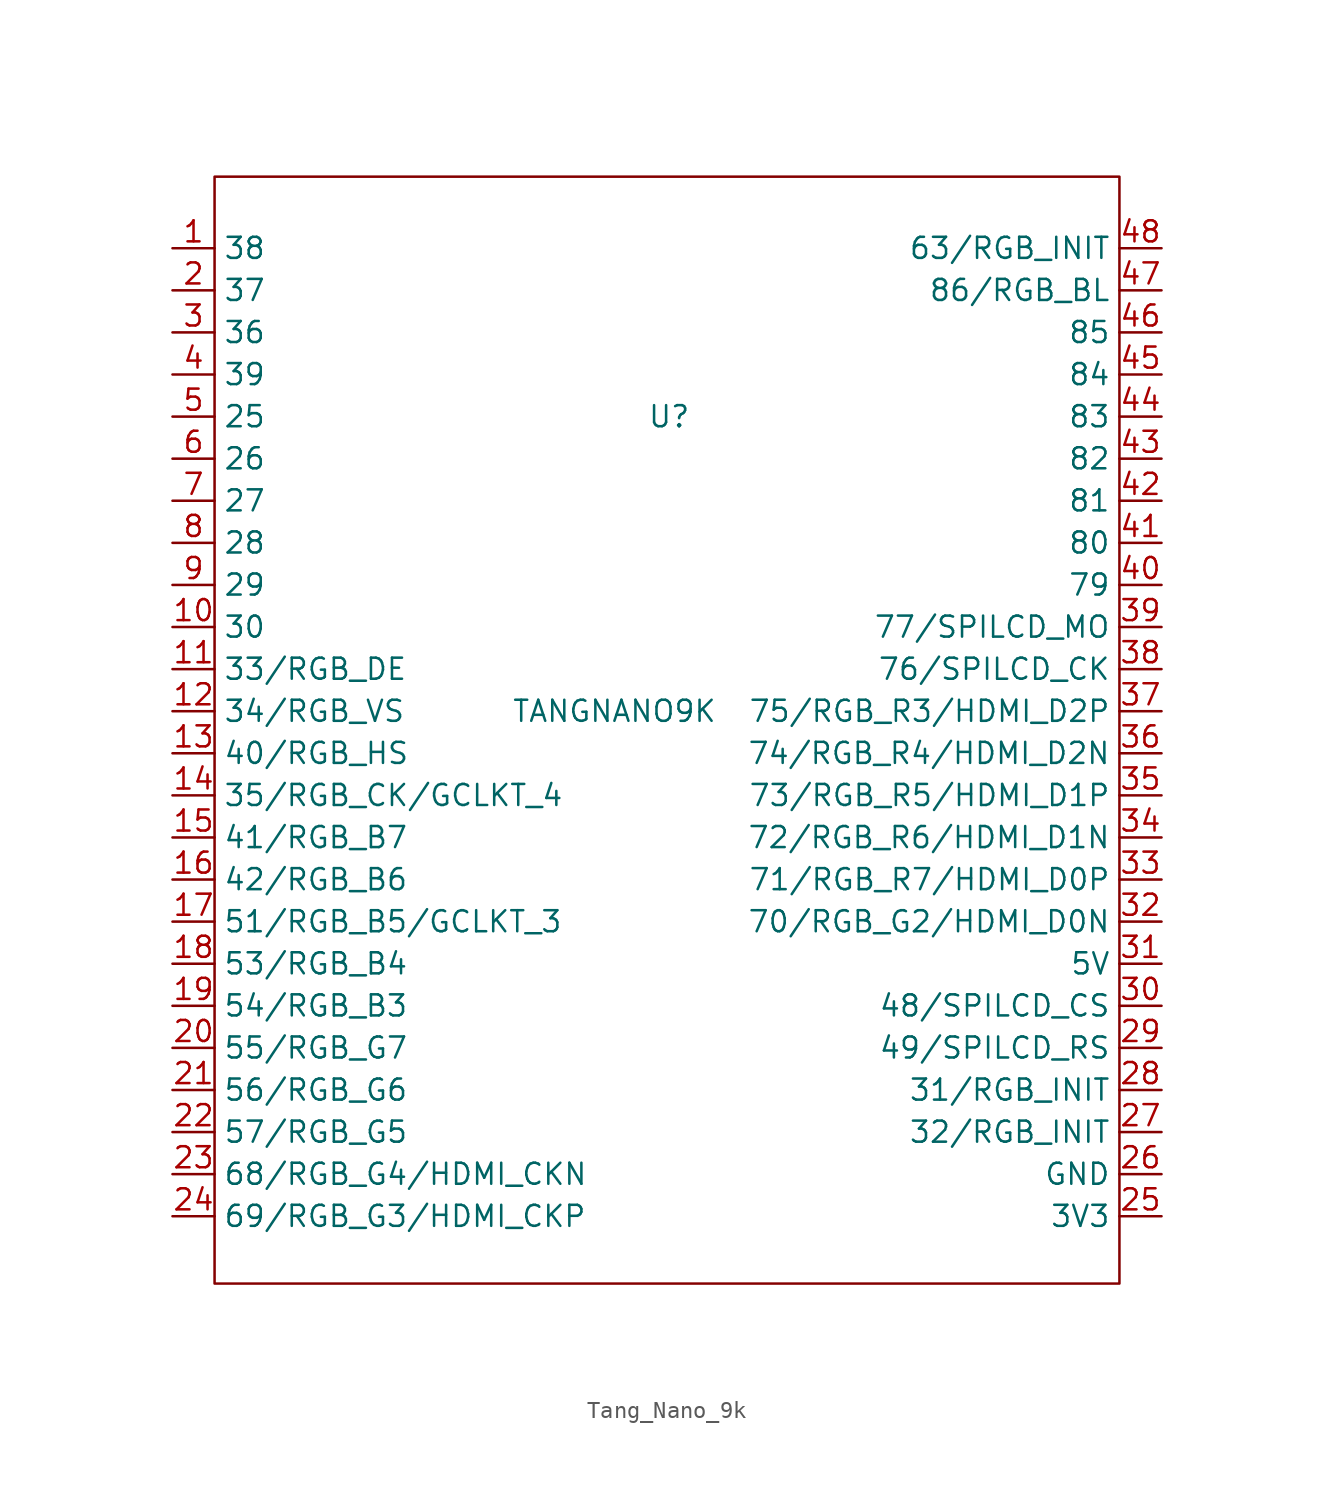
<source format=kicad_sym>
(kicad_symbol_lib
  (version 20231120)
  (generator "kicad_symbol_editor")
  (generator_version "8.0")
  (symbol "Tang_Nano_9k"
    (property "Reference" "U"
      (at -0.508 17.78 0)
      (effects (font (size 1.27 1.27))))
    (property "Value" "TANGNANO9K"
      (at -3.81 0 0)
      (effects (font (size 1.27 1.27))))
    (symbol "Tang_Nano_9k_0_1"
      (rectangle (start -27.94 32.258) (end 26.67 -34.544) (stroke (width 0) (type default)) (fill (type none))))
    (symbol "Tang_Nano_9k_1_1"
      (pin bidirectional line (at -30.48 27.94 0) (length 2.54) (name "38" (effects (font (size 1.27 1.27)))) (number "1" (effects (font (size 1.27 1.27)))))
      (pin bidirectional line (at -30.48 5.08 0) (length 2.54) (name "30" (effects (font (size 1.27 1.27)))) (number "10" (effects (font (size 1.27 1.27)))))
      (pin bidirectional line (at -30.48 2.54 0) (length 2.54) (name "33/RGB_DE" (effects (font (size 1.27 1.27)))) (number "11" (effects (font (size 1.27 1.27)))))
      (pin bidirectional line (at -30.48 0 0) (length 2.54) (name "34/RGB_VS" (effects (font (size 1.27 1.27)))) (number "12" (effects (font (size 1.27 1.27)))))
      (pin bidirectional line (at -30.48 -2.54 0) (length 2.54) (name "40/RGB_HS" (effects (font (size 1.27 1.27)))) (number "13" (effects (font (size 1.27 1.27)))))
      (pin bidirectional line (at -30.48 -5.08 0) (length 2.54) (name "35/RGB_CK/GCLKT_4" (effects (font (size 1.27 1.27)))) (number "14" (effects (font (size 1.27 1.27)))))
      (pin bidirectional line (at -30.48 -7.62 0) (length 2.54) (name "41/RGB_B7" (effects (font (size 1.27 1.27)))) (number "15" (effects (font (size 1.27 1.27)))))
      (pin bidirectional line (at -30.48 -10.16 0) (length 2.54) (name "42/RGB_B6" (effects (font (size 1.27 1.27)))) (number "16" (effects (font (size 1.27 1.27)))))
      (pin bidirectional line (at -30.48 -12.7 0) (length 2.54) (name "51/RGB_B5/GCLKT_3" (effects (font (size 1.27 1.27)))) (number "17" (effects (font (size 1.27 1.27)))))
      (pin bidirectional line (at -30.48 -15.24 0) (length 2.54) (name "53/RGB_B4" (effects (font (size 1.27 1.27)))) (number "18" (effects (font (size 1.27 1.27)))))
      (pin bidirectional line (at -30.48 -17.78 0) (length 2.54) (name "54/RGB_B3" (effects (font (size 1.27 1.27)))) (number "19" (effects (font (size 1.27 1.27)))))
      (pin bidirectional line (at -30.48 25.4 0) (length 2.54) (name "37" (effects (font (size 1.27 1.27)))) (number "2" (effects (font (size 1.27 1.27)))))
      (pin bidirectional line (at -30.48 -20.32 0) (length 2.54) (name "55/RGB_G7" (effects (font (size 1.27 1.27)))) (number "20" (effects (font (size 1.27 1.27)))))
      (pin bidirectional line (at -30.48 -22.86 0) (length 2.54) (name "56/RGB_G6" (effects (font (size 1.27 1.27)))) (number "21" (effects (font (size 1.27 1.27)))))
      (pin bidirectional line (at -30.48 -25.4 0) (length 2.54) (name "57/RGB_G5" (effects (font (size 1.27 1.27)))) (number "22" (effects (font (size 1.27 1.27)))))
      (pin bidirectional line (at -30.48 -27.94 0) (length 2.54) (name "68/RGB_G4/HDMI_CKN" (effects (font (size 1.27 1.27)))) (number "23" (effects (font (size 1.27 1.27)))))
      (pin bidirectional line (at -30.48 -30.48 0) (length 2.54) (name "69/RGB_G3/HDMI_CKP" (effects (font (size 1.27 1.27)))) (number "24" (effects (font (size 1.27 1.27)))))
      (pin passive line (at 29.21 -30.48 180) (length 2.54) (name "3V3" (effects (font (size 1.27 1.27)))) (number "25" (effects (font (size 1.27 1.27)))))
      (pin power_in line (at 29.21 -27.94 180) (length 2.54) (name "GND" (effects (font (size 1.27 1.27)))) (number "26" (effects (font (size 1.27 1.27)))))
      (pin bidirectional line (at 29.21 -25.4 180) (length 2.54) (name "32/RGB_INIT" (effects (font (size 1.27 1.27)))) (number "27" (effects (font (size 1.27 1.27)))))
      (pin bidirectional line (at 29.21 -22.86 180) (length 2.54) (name "31/RGB_INIT" (effects (font (size 1.27 1.27)))) (number "28" (effects (font (size 1.27 1.27)))))
      (pin bidirectional line (at 29.21 -20.32 180) (length 2.54) (name "49/SPILCD_RS" (effects (font (size 1.27 1.27)))) (number "29" (effects (font (size 1.27 1.27)))))
      (pin bidirectional line (at -30.48 22.86 0) (length 2.54) (name "36" (effects (font (size 1.27 1.27)))) (number "3" (effects (font (size 1.27 1.27)))))
      (pin bidirectional line (at 29.21 -17.78 180) (length 2.54) (name "48/SPILCD_CS" (effects (font (size 1.27 1.27)))) (number "30" (effects (font (size 1.27 1.27)))))
      (pin passive line (at 29.21 -15.24 180) (length 2.54) (name "5V" (effects (font (size 1.27 1.27)))) (number "31" (effects (font (size 1.27 1.27)))))
      (pin bidirectional line (at 29.21 -12.7 180) (length 2.54) (name "70/RGB_G2/HDMI_D0N" (effects (font (size 1.27 1.27)))) (number "32" (effects (font (size 1.27 1.27)))))
      (pin bidirectional line (at 29.21 -10.16 180) (length 2.54) (name "71/RGB_R7/HDMI_D0P" (effects (font (size 1.27 1.27)))) (number "33" (effects (font (size 1.27 1.27)))))
      (pin bidirectional line (at 29.21 -7.62 180) (length 2.54) (name "72/RGB_R6/HDMI_D1N" (effects (font (size 1.27 1.27)))) (number "34" (effects (font (size 1.27 1.27)))))
      (pin bidirectional line (at 29.21 -5.08 180) (length 2.54) (name "73/RGB_R5/HDMI_D1P" (effects (font (size 1.27 1.27)))) (number "35" (effects (font (size 1.27 1.27)))))
      (pin bidirectional line (at 29.21 -2.54 180) (length 2.54) (name "74/RGB_R4/HDMI_D2N" (effects (font (size 1.27 1.27)))) (number "36" (effects (font (size 1.27 1.27)))))
      (pin bidirectional line (at 29.21 0 180) (length 2.54) (name "75/RGB_R3/HDMI_D2P" (effects (font (size 1.27 1.27)))) (number "37" (effects (font (size 1.27 1.27)))))
      (pin bidirectional line (at 29.21 2.54 180) (length 2.54) (name "76/SPILCD_CK" (effects (font (size 1.27 1.27)))) (number "38" (effects (font (size 1.27 1.27)))))
      (pin bidirectional line (at 29.21 5.08 180) (length 2.54) (name "77/SPILCD_MO" (effects (font (size 1.27 1.27)))) (number "39" (effects (font (size 1.27 1.27)))))
      (pin bidirectional line (at -30.48 20.32 0) (length 2.54) (name "39" (effects (font (size 1.27 1.27)))) (number "4" (effects (font (size 1.27 1.27)))))
      (pin bidirectional line (at 29.21 7.62 180) (length 2.54) (name "79" (effects (font (size 1.27 1.27)))) (number "40" (effects (font (size 1.27 1.27)))))
      (pin bidirectional line (at 29.21 10.16 180) (length 2.54) (name "80" (effects (font (size 1.27 1.27)))) (number "41" (effects (font (size 1.27 1.27)))))
      (pin bidirectional line (at 29.21 12.7 180) (length 2.54) (name "81" (effects (font (size 1.27 1.27)))) (number "42" (effects (font (size 1.27 1.27)))))
      (pin bidirectional line (at 29.21 15.24 180) (length 2.54) (name "82" (effects (font (size 1.27 1.27)))) (number "43" (effects (font (size 1.27 1.27)))))
      (pin bidirectional line (at 29.21 17.78 180) (length 2.54) (name "83" (effects (font (size 1.27 1.27)))) (number "44" (effects (font (size 1.27 1.27)))))
      (pin bidirectional line (at 29.21 20.32 180) (length 2.54) (name "84" (effects (font (size 1.27 1.27)))) (number "45" (effects (font (size 1.27 1.27)))))
      (pin bidirectional line (at 29.21 22.86 180) (length 2.54) (name "85" (effects (font (size 1.27 1.27)))) (number "46" (effects (font (size 1.27 1.27)))))
      (pin bidirectional line (at 29.21 25.4 180) (length 2.54) (name "86/RGB_BL" (effects (font (size 1.27 1.27)))) (number "47" (effects (font (size 1.27 1.27)))))
      (pin bidirectional line (at 29.21 27.94 180) (length 2.54) (name "63/RGB_INIT" (effects (font (size 1.27 1.27)))) (number "48" (effects (font (size 1.27 1.27)))))
      (pin bidirectional line (at -30.48 17.78 0) (length 2.54) (name "25" (effects (font (size 1.27 1.27)))) (number "5" (effects (font (size 1.27 1.27)))))
      (pin bidirectional line (at -30.48 15.24 0) (length 2.54) (name "26" (effects (font (size 1.27 1.27)))) (number "6" (effects (font (size 1.27 1.27)))))
      (pin bidirectional line (at -30.48 12.7 0) (length 2.54) (name "27" (effects (font (size 1.27 1.27)))) (number "7" (effects (font (size 1.27 1.27)))))
      (pin bidirectional line (at -30.48 10.16 0) (length 2.54) (name "28" (effects (font (size 1.27 1.27)))) (number "8" (effects (font (size 1.27 1.27)))))
      (pin bidirectional line (at -30.48 7.62 0) (length 2.54) (name "29" (effects (font (size 1.27 1.27)))) (number "9" (effects (font (size 1.27 1.27))))))))
</source>
